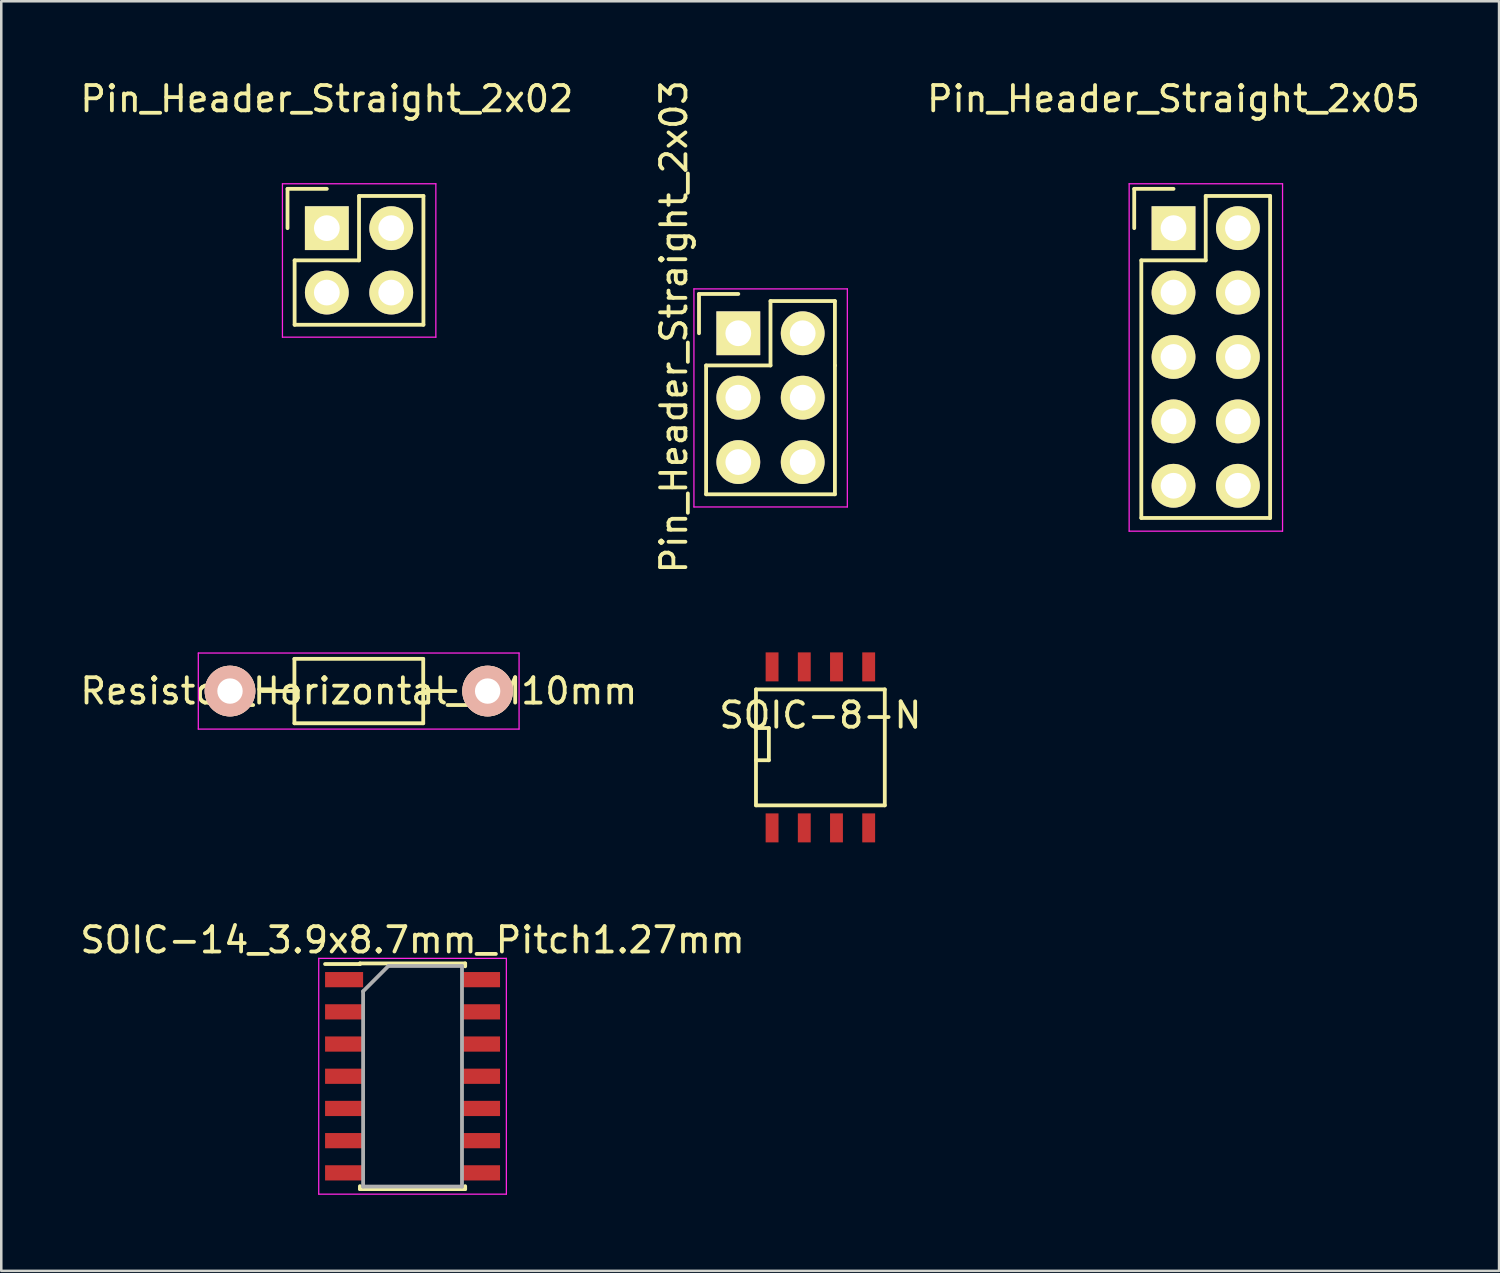
<source format=kicad_pcb>
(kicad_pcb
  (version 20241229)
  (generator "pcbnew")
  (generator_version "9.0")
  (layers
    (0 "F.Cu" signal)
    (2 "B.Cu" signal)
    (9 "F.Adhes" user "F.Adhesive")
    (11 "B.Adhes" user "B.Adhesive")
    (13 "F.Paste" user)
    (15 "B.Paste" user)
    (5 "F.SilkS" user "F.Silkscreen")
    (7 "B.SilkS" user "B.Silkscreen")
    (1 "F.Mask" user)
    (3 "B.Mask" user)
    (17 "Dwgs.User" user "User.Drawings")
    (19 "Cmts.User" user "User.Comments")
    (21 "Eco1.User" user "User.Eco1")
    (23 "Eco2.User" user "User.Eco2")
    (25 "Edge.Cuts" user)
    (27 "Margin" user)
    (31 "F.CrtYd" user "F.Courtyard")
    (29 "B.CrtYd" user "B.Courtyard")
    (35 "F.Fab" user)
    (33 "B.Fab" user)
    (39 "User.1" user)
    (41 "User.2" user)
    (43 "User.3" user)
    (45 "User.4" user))
  (footprint "Pin_Header_Straight_2x05"
    (layer "F.Cu")
    (at 43.231 5.948)
    (property "Reference" "Pin_Header_Straight_2x05" (at 0 -5.1 0) (layer "F.SilkS") (effects (font (size 1 1) (thickness 0.15))))
    (attr through_hole)
    (fp_line (start -1.55 -1.55) (end -1.55 0) (stroke (width 0.15) (type solid)) (layer "F.SilkS"))
    (fp_line (start -1.27 11.43) (end -1.27 1.27) (stroke (width 0.15) (type solid)) (layer "F.SilkS"))
    (fp_line (start 0 -1.55) (end -1.55 -1.55) (stroke (width 0.15) (type solid)) (layer "F.SilkS"))
    (fp_line (start 1.27 -1.27) (end 1.27 1.27) (stroke (width 0.15) (type solid)) (layer "F.SilkS"))
    (fp_line (start 1.27 1.27) (end -1.27 1.27) (stroke (width 0.15) (type solid)) (layer "F.SilkS"))
    (fp_line (start 3.81 -1.27) (end 1.27 -1.27) (stroke (width 0.15) (type solid)) (layer "F.SilkS"))
    (fp_line (start 3.81 -1.27) (end 3.81 11.43) (stroke (width 0.15) (type solid)) (layer "F.SilkS"))
    (fp_line (start 3.81 11.43) (end -1.27 11.43) (stroke (width 0.15) (type solid)) (layer "F.SilkS"))
    (fp_line (start -1.75 -1.75) (end -1.75 11.95) (stroke (width 0.05) (type solid)) (layer "F.CrtYd"))
    (fp_line (start -1.75 -1.75) (end 4.3 -1.75) (stroke (width 0.05) (type solid)) (layer "F.CrtYd"))
    (fp_line (start -1.75 11.95) (end 4.3 11.95) (stroke (width 0.05) (type solid)) (layer "F.CrtYd"))
    (fp_line (start 4.3 -1.75) (end 4.3 11.95) (stroke (width 0.05) (type solid)) (layer "F.CrtYd"))
    (pad "1" thru_hole rect (at 0 0) (size 1.727 1.727) (drill 1.016) (layers "*.Cu" "*.Mask" "F.SilkS"))
    (pad "2" thru_hole oval (at 2.54 0) (size 1.727 1.727) (drill 1.016) (layers "*.Cu" "*.Mask" "F.SilkS"))
    (pad "3" thru_hole oval (at 0 2.54) (size 1.727 1.727) (drill 1.016) (layers "*.Cu" "*.Mask" "F.SilkS"))
    (pad "4" thru_hole oval (at 2.54 2.54) (size 1.727 1.727) (drill 1.016) (layers "*.Cu" "*.Mask" "F.SilkS"))
    (pad "5" thru_hole oval (at 0 5.08) (size 1.727 1.727) (drill 1.016) (layers "*.Cu" "*.Mask" "F.SilkS"))
    (pad "6" thru_hole oval (at 2.54 5.08) (size 1.727 1.727) (drill 1.016) (layers "*.Cu" "*.Mask" "F.SilkS"))
    (pad "7" thru_hole oval (at 0 7.62) (size 1.727 1.727) (drill 1.016) (layers "*.Cu" "*.Mask" "F.SilkS"))
    (pad "8" thru_hole oval (at 2.54 7.62) (size 1.727 1.727) (drill 1.016) (layers "*.Cu" "*.Mask" "F.SilkS"))
    (pad "9" thru_hole oval (at 0 10.16) (size 1.727 1.727) (drill 1.016) (layers "*.Cu" "*.Mask" "F.SilkS"))
    (pad "10" thru_hole oval (at 2.54 10.16) (size 1.727 1.727) (drill 1.016) (layers "*.Cu" "*.Mask" "F.SilkS")))
  (footprint "Resistor_Horizontal_RM10mm"
    (layer "F.Cu")
    (at 6.021 24.204)
    (property "Reference" "Resistor_Horizontal_RM10mm" (at 5.08 0 0) (layer "F.SilkS") (effects (font (size 1 1) (thickness 0.15))))
    (attr through_hole)
    (fp_line (start 2.54 -1.27) (end 7.62 -1.27) (stroke (width 0.15) (type solid)) (layer "F.SilkS"))
    (fp_line (start 2.54 0) (end 1.27 0) (stroke (width 0.15) (type solid)) (layer "F.SilkS"))
    (fp_line (start 2.54 1.27) (end 2.54 -1.27) (stroke (width 0.15) (type solid)) (layer "F.SilkS"))
    (fp_line (start 7.62 -1.27) (end 7.62 1.27) (stroke (width 0.15) (type solid)) (layer "F.SilkS"))
    (fp_line (start 7.62 0) (end 8.89 0) (stroke (width 0.15) (type solid)) (layer "F.SilkS"))
    (fp_line (start 7.62 1.27) (end 2.54 1.27) (stroke (width 0.15) (type solid)) (layer "F.SilkS"))
    (fp_line (start -1.25 -1.5) (end 11.4 -1.5) (stroke (width 0.05) (type solid)) (layer "F.CrtYd"))
    (fp_line (start -1.25 1.5) (end -1.25 -1.5) (stroke (width 0.05) (type solid)) (layer "F.CrtYd"))
    (fp_line (start -1.25 1.5) (end 11.4 1.5) (stroke (width 0.05) (type solid)) (layer "F.CrtYd"))
    (fp_line (start 11.4 -1.5) (end 11.4 1.5) (stroke (width 0.05) (type solid)) (layer "F.CrtYd"))
    (pad "1" thru_hole circle (at 0 0) (size 1.999 1.999) (drill 1.001) (layers "*.Cu" "*.SilkS" "*.Mask"))
    (pad "2" thru_hole circle (at 10.16 0) (size 1.999 1.999) (drill 1.001) (layers "*.Cu" "*.SilkS" "*.Mask")))
  (footprint "SOIC-14_3.9x8.7mm_Pitch1.27mm"
    (layer "F.Cu")
    (at 13.22 39.395)
    (property "Reference" "SOIC-14_3.9x8.7mm_Pitch1.27mm" (at 0 -5.375 0) (layer "F.SilkS") (effects (font (size 1 1) (thickness 0.15))))
    (attr smd)
    (fp_line (start -2.075 -4.45) (end -2.075 -4.425) (stroke (width 0.15) (type solid)) (layer "F.SilkS"))
    (fp_line (start -2.075 -4.45) (end 2.075 -4.45) (stroke (width 0.15) (type solid)) (layer "F.SilkS"))
    (fp_line (start -2.075 -4.425) (end -3.45 -4.425) (stroke (width 0.15) (type solid)) (layer "F.SilkS"))
    (fp_line (start -2.075 4.45) (end -2.075 4.335) (stroke (width 0.15) (type solid)) (layer "F.SilkS"))
    (fp_line (start -2.075 4.45) (end 2.075 4.45) (stroke (width 0.15) (type solid)) (layer "F.SilkS"))
    (fp_line (start 2.075 -4.45) (end 2.075 -4.335) (stroke (width 0.15) (type solid)) (layer "F.SilkS"))
    (fp_line (start 2.075 4.45) (end 2.075 4.335) (stroke (width 0.15) (type solid)) (layer "F.SilkS"))
    (fp_line (start -3.7 -4.65) (end -3.7 4.65) (stroke (width 0.05) (type solid)) (layer "F.CrtYd"))
    (fp_line (start -3.7 -4.65) (end 3.7 -4.65) (stroke (width 0.05) (type solid)) (layer "F.CrtYd"))
    (fp_line (start -3.7 4.65) (end 3.7 4.65) (stroke (width 0.05) (type solid)) (layer "F.CrtYd"))
    (fp_line (start 3.7 -4.65) (end 3.7 4.65) (stroke (width 0.05) (type solid)) (layer "F.CrtYd"))
    (fp_line (start -1.95 -3.35) (end -0.95 -4.35) (stroke (width 0.15) (type solid)) (layer "F.Fab"))
    (fp_line (start -1.95 4.35) (end -1.95 -3.35) (stroke (width 0.15) (type solid)) (layer "F.Fab"))
    (fp_line (start -0.95 -4.35) (end 1.95 -4.35) (stroke (width 0.15) (type solid)) (layer "F.Fab"))
    (fp_line (start 1.95 -4.35) (end 1.95 4.35) (stroke (width 0.15) (type solid)) (layer "F.Fab"))
    (fp_line (start 1.95 4.35) (end -1.95 4.35) (stroke (width 0.15) (type solid)) (layer "F.Fab"))
    (pad "1" smd rect (at -2.7 -3.81) (size 1.5 0.6) (layers "F.Cu" "F.Mask" "F.Paste"))
    (pad "2" smd rect (at -2.7 -2.54) (size 1.5 0.6) (layers "F.Cu" "F.Mask" "F.Paste"))
    (pad "3" smd rect (at -2.7 -1.27) (size 1.5 0.6) (layers "F.Cu" "F.Mask" "F.Paste"))
    (pad "4" smd rect (at -2.7 0) (size 1.5 0.6) (layers "F.Cu" "F.Mask" "F.Paste"))
    (pad "5" smd rect (at -2.7 1.27) (size 1.5 0.6) (layers "F.Cu" "F.Mask" "F.Paste"))
    (pad "6" smd rect (at -2.7 2.54) (size 1.5 0.6) (layers "F.Cu" "F.Mask" "F.Paste"))
    (pad "7" smd rect (at -2.7 3.81) (size 1.5 0.6) (layers "F.Cu" "F.Mask" "F.Paste"))
    (pad "8" smd rect (at 2.7 3.81) (size 1.5 0.6) (layers "F.Cu" "F.Mask" "F.Paste"))
    (pad "9" smd rect (at 2.7 2.54) (size 1.5 0.6) (layers "F.Cu" "F.Mask" "F.Paste"))
    (pad "10" smd rect (at 2.7 1.27) (size 1.5 0.6) (layers "F.Cu" "F.Mask" "F.Paste"))
    (pad "11" smd rect (at 2.7 0) (size 1.5 0.6) (layers "F.Cu" "F.Mask" "F.Paste"))
    (pad "12" smd rect (at 2.7 -1.27) (size 1.5 0.6) (layers "F.Cu" "F.Mask" "F.Paste"))
    (pad "13" smd rect (at 2.7 -2.54) (size 1.5 0.6) (layers "F.Cu" "F.Mask" "F.Paste"))
    (pad "14" smd rect (at 2.7 -3.81) (size 1.5 0.6) (layers "F.Cu" "F.Mask" "F.Paste")))
  (footprint "Pin_Header_Straight_2x02"
    (layer "F.Cu")
    (at 9.839 5.948)
    (property "Reference" "Pin_Header_Straight_2x02" (at 0 -5.1 0) (layer "F.SilkS") (effects (font (size 1 1) (thickness 0.15))))
    (attr through_hole)
    (fp_line (start -1.55 0) (end -1.55 -1.55) (stroke (width 0.15) (type solid)) (layer "F.SilkS"))
    (fp_line (start -1.27 1.27) (end 1.27 1.27) (stroke (width 0.15) (type solid)) (layer "F.SilkS"))
    (fp_line (start -1.27 3.81) (end -1.27 1.27) (stroke (width 0.15) (type solid)) (layer "F.SilkS"))
    (fp_line (start 0 -1.55) (end -1.55 -1.55) (stroke (width 0.15) (type solid)) (layer "F.SilkS"))
    (fp_line (start 1.27 -1.27) (end 3.81 -1.27) (stroke (width 0.15) (type solid)) (layer "F.SilkS"))
    (fp_line (start 1.27 1.27) (end 1.27 -1.27) (stroke (width 0.15) (type solid)) (layer "F.SilkS"))
    (fp_line (start 3.81 -1.27) (end 3.81 3.81) (stroke (width 0.15) (type solid)) (layer "F.SilkS"))
    (fp_line (start 3.81 3.81) (end -1.27 3.81) (stroke (width 0.15) (type solid)) (layer "F.SilkS"))
    (fp_line (start -1.75 -1.75) (end -1.75 4.3) (stroke (width 0.05) (type solid)) (layer "F.CrtYd"))
    (fp_line (start -1.75 -1.75) (end 4.3 -1.75) (stroke (width 0.05) (type solid)) (layer "F.CrtYd"))
    (fp_line (start -1.75 4.3) (end 4.3 4.3) (stroke (width 0.05) (type solid)) (layer "F.CrtYd"))
    (fp_line (start 4.3 -1.75) (end 4.3 4.3) (stroke (width 0.05) (type solid)) (layer "F.CrtYd"))
    (pad "1" thru_hole rect (at 0 0) (size 1.727 1.727) (drill 1.016) (layers "*.Cu" "*.Mask" "F.SilkS"))
    (pad "2" thru_hole oval (at 2.54 0) (size 1.727 1.727) (drill 1.016) (layers "*.Cu" "*.Mask" "F.SilkS"))
    (pad "3" thru_hole oval (at 0 2.54) (size 1.727 1.727) (drill 1.016) (layers "*.Cu" "*.Mask" "F.SilkS"))
    (pad "4" thru_hole oval (at 2.54 2.54) (size 1.727 1.727) (drill 1.016) (layers "*.Cu" "*.Mask" "F.SilkS")))
  (footprint "Pin_Header_Straight_2x03"
    (layer "F.Cu")
    (at 26.067 10.093)
    (property "Reference" "Pin_Header_Straight_2x03" (at -2.54 -0.254 90) (layer "F.SilkS") (effects (font (size 1 1) (thickness 0.15))))
    (attr through_hole)
    (fp_line (start -1.55 -1.55) (end -1.55 0) (stroke (width 0.15) (type solid)) (layer "F.SilkS"))
    (fp_line (start -1.55 -1.55) (end 0 -1.55) (stroke (width 0.15) (type solid)) (layer "F.SilkS"))
    (fp_line (start -1.27 1.27) (end -1.27 6.35) (stroke (width 0.15) (type solid)) (layer "F.SilkS"))
    (fp_line (start -1.27 6.35) (end 3.81 6.35) (stroke (width 0.15) (type solid)) (layer "F.SilkS"))
    (fp_line (start 1.27 -1.27) (end 1.27 1.27) (stroke (width 0.15) (type solid)) (layer "F.SilkS"))
    (fp_line (start 1.27 1.27) (end -1.27 1.27) (stroke (width 0.15) (type solid)) (layer "F.SilkS"))
    (fp_line (start 3.81 -1.27) (end 1.27 -1.27) (stroke (width 0.15) (type solid)) (layer "F.SilkS"))
    (fp_line (start 3.81 1.27) (end 3.81 -1.27) (stroke (width 0.15) (type solid)) (layer "F.SilkS"))
    (fp_line (start 3.81 6.35) (end 3.81 1.27) (stroke (width 0.15) (type solid)) (layer "F.SilkS"))
    (fp_line (start -1.75 -1.75) (end -1.75 6.85) (stroke (width 0.05) (type solid)) (layer "F.CrtYd"))
    (fp_line (start -1.75 -1.75) (end 4.3 -1.75) (stroke (width 0.05) (type solid)) (layer "F.CrtYd"))
    (fp_line (start -1.75 6.85) (end 4.3 6.85) (stroke (width 0.05) (type solid)) (layer "F.CrtYd"))
    (fp_line (start 4.3 -1.75) (end 4.3 6.85) (stroke (width 0.05) (type solid)) (layer "F.CrtYd"))
    (pad "1" thru_hole rect (at 0 0) (size 1.727 1.727) (drill 1.016) (layers "*.Cu" "*.Mask" "F.SilkS"))
    (pad "2" thru_hole oval (at 2.54 0) (size 1.727 1.727) (drill 1.016) (layers "*.Cu" "*.Mask" "F.SilkS"))
    (pad "3" thru_hole oval (at 0 2.54) (size 1.727 1.727) (drill 1.016) (layers "*.Cu" "*.Mask" "F.SilkS"))
    (pad "4" thru_hole oval (at 2.54 2.54) (size 1.727 1.727) (drill 1.016) (layers "*.Cu" "*.Mask" "F.SilkS"))
    (pad "5" thru_hole oval (at 0 5.08) (size 1.727 1.727) (drill 1.016) (layers "*.Cu" "*.Mask" "F.SilkS"))
    (pad "6" thru_hole oval (at 2.54 5.08) (size 1.727 1.727) (drill 1.016) (layers "*.Cu" "*.Mask" "F.SilkS")))
  (footprint "SOIC-8-N"
    (layer "F.Cu")
    (at 29.304 26.425)
    (property "Reference" "SOIC-8-N" (at 0 -1.27 0) (layer "F.SilkS") (effects (font (size 1 1) (thickness 0.15))))
    (attr smd)
    (fp_line (start -2.54 -2.286) (end 2.54 -2.286) (stroke (width 0.15) (type solid)) (layer "F.SilkS"))
    (fp_line (start -2.54 -0.762) (end -2.032 -0.762) (stroke (width 0.15) (type solid)) (layer "F.SilkS"))
    (fp_line (start -2.54 2.286) (end -2.54 -2.286) (stroke (width 0.15) (type solid)) (layer "F.SilkS"))
    (fp_line (start -2.032 -0.762) (end -2.032 0.508) (stroke (width 0.15) (type solid)) (layer "F.SilkS"))
    (fp_line (start -2.032 0.508) (end -2.54 0.508) (stroke (width 0.15) (type solid)) (layer "F.SilkS"))
    (fp_line (start 2.54 -2.286) (end 2.54 2.286) (stroke (width 0.15) (type solid)) (layer "F.SilkS"))
    (fp_line (start 2.54 2.286) (end -2.54 2.286) (stroke (width 0.15) (type solid)) (layer "F.SilkS"))
    (pad "1" smd rect (at -1.905 3.175) (size 0.508 1.143) (layers "F.Cu" "F.Mask" "F.Paste"))
    (pad "2" smd rect (at -0.635 3.175) (size 0.508 1.143) (layers "F.Cu" "F.Mask" "F.Paste"))
    (pad "3" smd rect (at 0.635 3.175) (size 0.508 1.143) (layers "F.Cu" "F.Mask" "F.Paste"))
    (pad "4" smd rect (at 1.905 3.175) (size 0.508 1.143) (layers "F.Cu" "F.Mask" "F.Paste"))
    (pad "5" smd rect (at 1.905 -3.175) (size 0.508 1.143) (layers "F.Cu" "F.Mask" "F.Paste"))
    (pad "6" smd rect (at 0.635 -3.175) (size 0.508 1.143) (layers "F.Cu" "F.Mask" "F.Paste"))
    (pad "7" smd rect (at -0.635 -3.175) (size 0.508 1.143) (layers "F.Cu" "F.Mask" "F.Paste"))
    (pad "8" smd rect (at -1.905 -3.175) (size 0.508 1.143) (layers "F.Cu" "F.Mask" "F.Paste")))
  (gr_rect
    (start -3 -3)
    (end 56.07 47.07)
    (stroke (width 0.1) (type default))
    (fill no)
    (layer "Edge.Cuts")))
</source>
